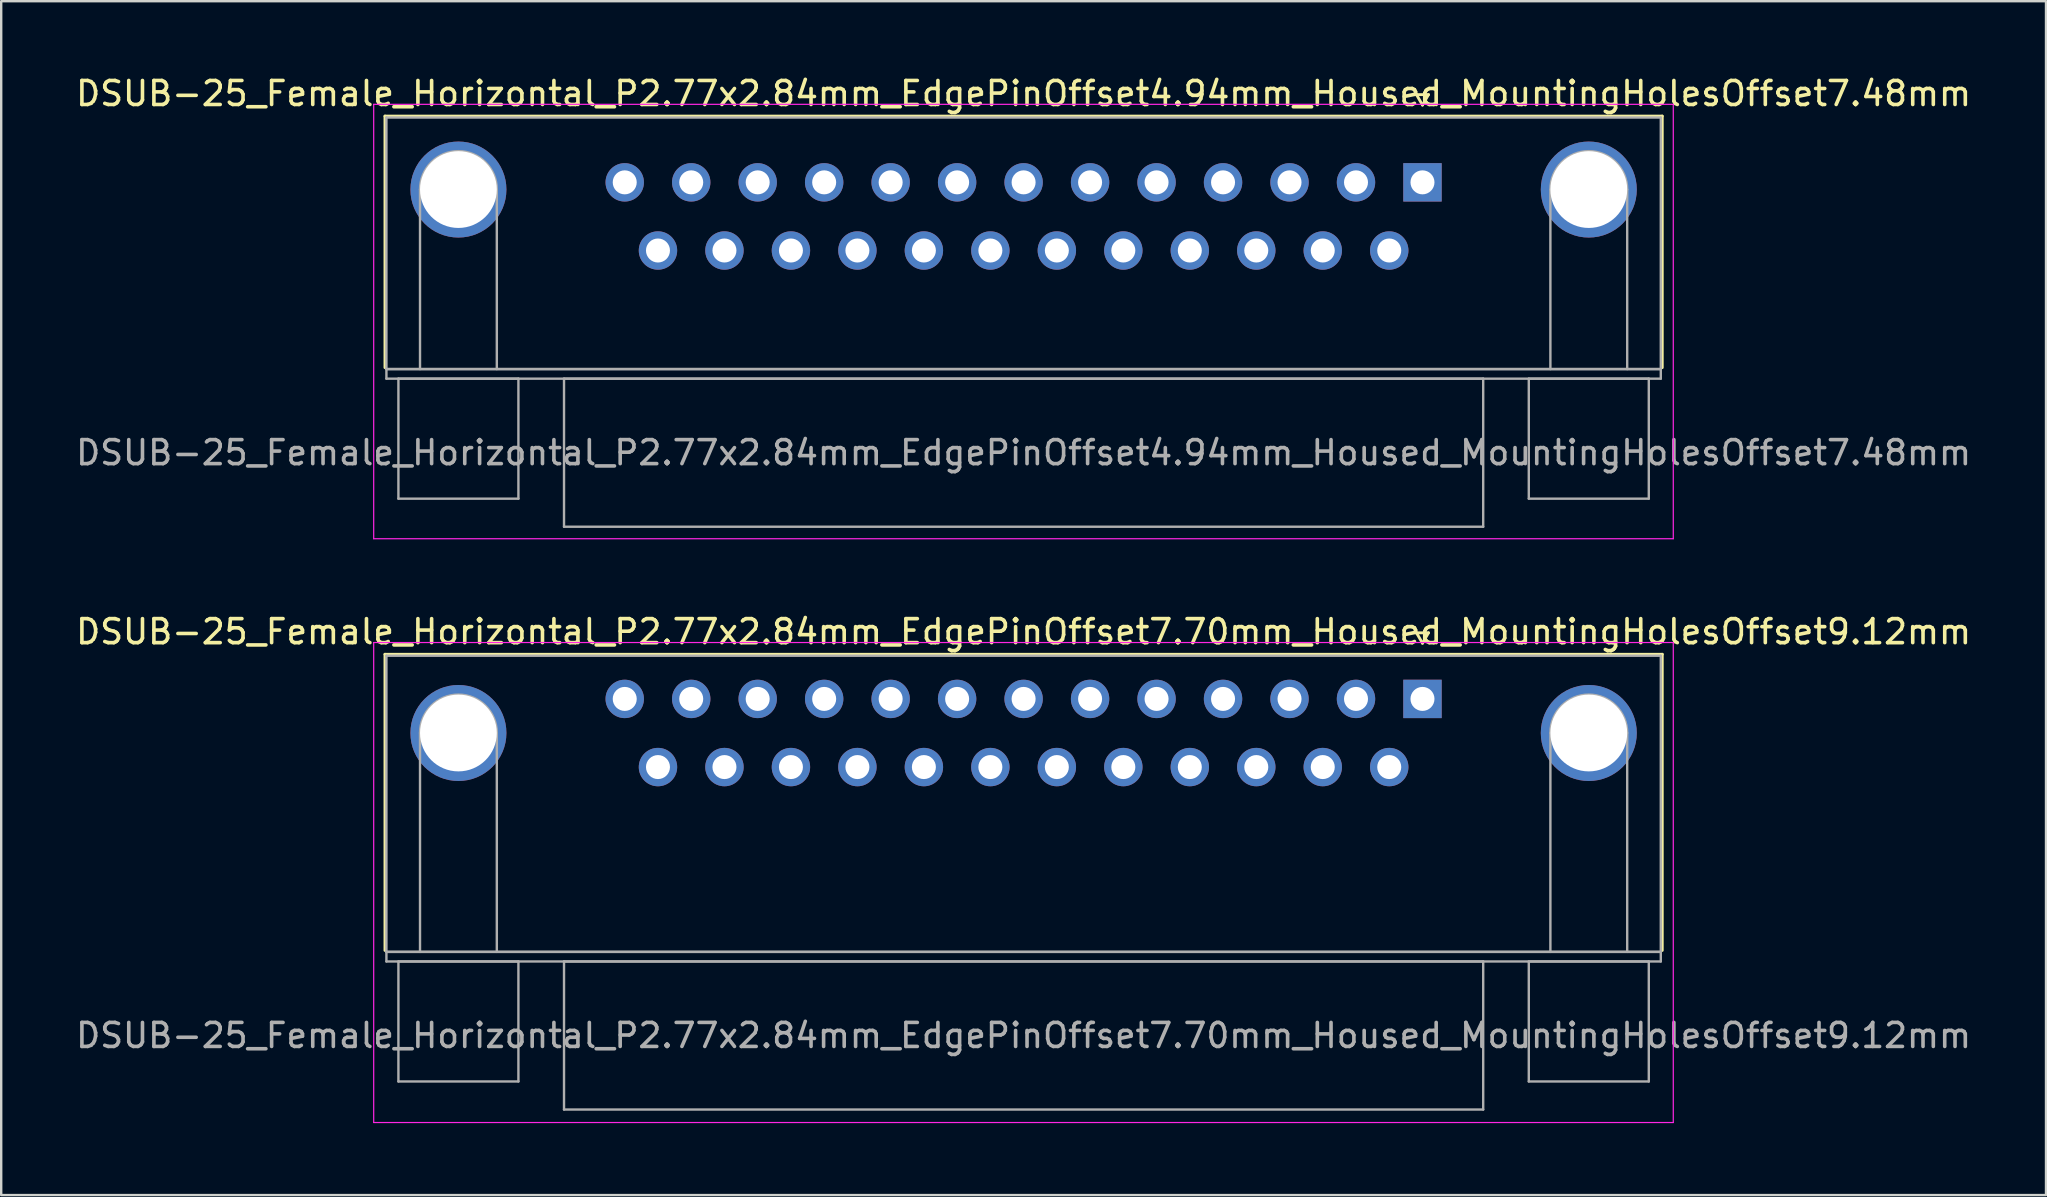
<source format=kicad_pcb>
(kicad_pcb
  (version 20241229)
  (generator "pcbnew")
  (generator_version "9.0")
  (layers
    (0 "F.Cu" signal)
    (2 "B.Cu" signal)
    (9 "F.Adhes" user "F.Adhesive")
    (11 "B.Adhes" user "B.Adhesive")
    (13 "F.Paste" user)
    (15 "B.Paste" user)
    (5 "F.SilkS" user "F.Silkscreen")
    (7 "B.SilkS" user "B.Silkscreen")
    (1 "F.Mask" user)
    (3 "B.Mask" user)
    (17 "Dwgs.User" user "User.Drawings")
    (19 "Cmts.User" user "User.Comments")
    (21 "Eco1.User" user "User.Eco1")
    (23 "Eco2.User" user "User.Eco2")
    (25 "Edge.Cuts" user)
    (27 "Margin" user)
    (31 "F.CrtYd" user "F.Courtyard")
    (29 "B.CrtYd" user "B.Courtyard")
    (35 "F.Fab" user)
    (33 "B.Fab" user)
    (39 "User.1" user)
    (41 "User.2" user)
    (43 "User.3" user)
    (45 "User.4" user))
  (footprint "DSUB-25_Female_Horizontal_P2.77x2.84mm_EdgePinOffset7.70mm_Housed_MountingHolesOffset9.12mm"
    (layer "F.Cu")
    (at 56.221 26.072)
    (property "Reference" "DSUB-25_Female_Horizontal_P2.77x2.84mm_EdgePinOffset7.70mm_Housed_MountingHolesOffset9.12mm" (at -16.62 -2.8 0) (layer "F.SilkS") (effects (font (size 1 1) (thickness 0.15))))
    (attr through_hole)
    (fp_line (start -43.23 -1.86) (end 9.99 -1.86) (stroke (width 0.12) (type solid)) (layer "F.SilkS"))
    (fp_line (start -43.23 10.48) (end -43.23 -1.86) (stroke (width 0.12) (type solid)) (layer "F.SilkS"))
    (fp_line (start -0.25 -2.754) (end 0.25 -2.754) (stroke (width 0.12) (type solid)) (layer "F.SilkS"))
    (fp_line (start 0 -2.321) (end -0.25 -2.754) (stroke (width 0.12) (type solid)) (layer "F.SilkS"))
    (fp_line (start 0.25 -2.754) (end 0 -2.321) (stroke (width 0.12) (type solid)) (layer "F.SilkS"))
    (fp_line (start 9.99 -1.86) (end 9.99 10.48) (stroke (width 0.12) (type solid)) (layer "F.SilkS"))
    (fp_line (start -43.7 -2.35) (end -43.7 17.65) (stroke (width 0.05) (type solid)) (layer "F.CrtYd"))
    (fp_line (start -43.7 17.65) (end 10.45 17.65) (stroke (width 0.05) (type solid)) (layer "F.CrtYd"))
    (fp_line (start 10.45 -2.35) (end -43.7 -2.35) (stroke (width 0.05) (type solid)) (layer "F.CrtYd"))
    (fp_line (start 10.45 17.65) (end 10.45 -2.35) (stroke (width 0.05) (type solid)) (layer "F.CrtYd"))
    (fp_line (start -43.17 -1.8) (end -43.17 10.54) (stroke (width 0.1) (type solid)) (layer "F.Fab"))
    (fp_line (start -43.17 10.54) (end -43.17 10.94) (stroke (width 0.1) (type solid)) (layer "F.Fab"))
    (fp_line (start -43.17 10.54) (end 9.93 10.54) (stroke (width 0.1) (type solid)) (layer "F.Fab"))
    (fp_line (start -43.17 10.94) (end 9.93 10.94) (stroke (width 0.1) (type solid)) (layer "F.Fab"))
    (fp_line (start -42.67 10.94) (end -42.67 15.94) (stroke (width 0.1) (type solid)) (layer "F.Fab"))
    (fp_line (start -42.67 15.94) (end -37.67 15.94) (stroke (width 0.1) (type solid)) (layer "F.Fab"))
    (fp_line (start -41.77 10.54) (end -41.77 1.42) (stroke (width 0.1) (type solid)) (layer "F.Fab"))
    (fp_line (start -38.57 10.54) (end -38.57 1.42) (stroke (width 0.1) (type solid)) (layer "F.Fab"))
    (fp_line (start -37.67 10.94) (end -42.67 10.94) (stroke (width 0.1) (type solid)) (layer "F.Fab"))
    (fp_line (start -37.67 15.94) (end -37.67 10.94) (stroke (width 0.1) (type solid)) (layer "F.Fab"))
    (fp_line (start -35.77 10.94) (end -35.77 17.11) (stroke (width 0.1) (type solid)) (layer "F.Fab"))
    (fp_line (start -35.77 17.11) (end 2.53 17.11) (stroke (width 0.1) (type solid)) (layer "F.Fab"))
    (fp_line (start 2.53 10.94) (end -35.77 10.94) (stroke (width 0.1) (type solid)) (layer "F.Fab"))
    (fp_line (start 2.53 17.11) (end 2.53 10.94) (stroke (width 0.1) (type solid)) (layer "F.Fab"))
    (fp_line (start 4.43 10.94) (end 4.43 15.94) (stroke (width 0.1) (type solid)) (layer "F.Fab"))
    (fp_line (start 4.43 15.94) (end 9.43 15.94) (stroke (width 0.1) (type solid)) (layer "F.Fab"))
    (fp_line (start 5.33 10.54) (end 5.33 1.42) (stroke (width 0.1) (type solid)) (layer "F.Fab"))
    (fp_line (start 8.53 10.54) (end 8.53 1.42) (stroke (width 0.1) (type solid)) (layer "F.Fab"))
    (fp_line (start 9.43 10.94) (end 4.43 10.94) (stroke (width 0.1) (type solid)) (layer "F.Fab"))
    (fp_line (start 9.43 15.94) (end 9.43 10.94) (stroke (width 0.1) (type solid)) (layer "F.Fab"))
    (fp_line (start 9.93 -1.8) (end -43.17 -1.8) (stroke (width 0.1) (type solid)) (layer "F.Fab"))
    (fp_line (start 9.93 10.54) (end -43.17 10.54) (stroke (width 0.1) (type solid)) (layer "F.Fab"))
    (fp_line (start 9.93 10.54) (end 9.93 -1.8) (stroke (width 0.1) (type solid)) (layer "F.Fab"))
    (fp_line (start 9.93 10.94) (end 9.93 10.54) (stroke (width 0.1) (type solid)) (layer "F.Fab"))
    (fp_arc (start -41.77 1.42) (mid -40.17 -0.18) (end -38.57 1.42) (stroke (width 0.1) (type solid)) (layer "F.Fab"))
    (fp_arc (start 5.33 1.42) (mid 6.93 -0.18) (end 8.53 1.42) (stroke (width 0.1) (type solid)) (layer "F.Fab"))
    (fp_text user "${REFERENCE}" (at -16.62 14.025 0) (layer "F.Fab") (effects (font (size 1 1) (thickness 0.15))))
    (pad "0" thru_hole circle (at -40.17 1.42) (size 4 4) (drill 3.2) (layers "*.Cu" "*.Mask"))
    (pad "0" thru_hole circle (at 6.93 1.42) (size 4 4) (drill 3.2) (layers "*.Cu" "*.Mask"))
    (pad "1" thru_hole rect (at 0 0) (size 1.6 1.6) (drill 1) (layers "*.Cu" "*.Mask"))
    (pad "2" thru_hole circle (at -2.77 0) (size 1.6 1.6) (drill 1) (layers "*.Cu" "*.Mask"))
    (pad "3" thru_hole circle (at -5.54 0) (size 1.6 1.6) (drill 1) (layers "*.Cu" "*.Mask"))
    (pad "4" thru_hole circle (at -8.31 0) (size 1.6 1.6) (drill 1) (layers "*.Cu" "*.Mask"))
    (pad "5" thru_hole circle (at -11.08 0) (size 1.6 1.6) (drill 1) (layers "*.Cu" "*.Mask"))
    (pad "6" thru_hole circle (at -13.85 0) (size 1.6 1.6) (drill 1) (layers "*.Cu" "*.Mask"))
    (pad "7" thru_hole circle (at -16.62 0) (size 1.6 1.6) (drill 1) (layers "*.Cu" "*.Mask"))
    (pad "8" thru_hole circle (at -19.39 0) (size 1.6 1.6) (drill 1) (layers "*.Cu" "*.Mask"))
    (pad "9" thru_hole circle (at -22.16 0) (size 1.6 1.6) (drill 1) (layers "*.Cu" "*.Mask"))
    (pad "10" thru_hole circle (at -24.93 0) (size 1.6 1.6) (drill 1) (layers "*.Cu" "*.Mask"))
    (pad "11" thru_hole circle (at -27.7 0) (size 1.6 1.6) (drill 1) (layers "*.Cu" "*.Mask"))
    (pad "12" thru_hole circle (at -30.47 0) (size 1.6 1.6) (drill 1) (layers "*.Cu" "*.Mask"))
    (pad "13" thru_hole circle (at -33.24 0) (size 1.6 1.6) (drill 1) (layers "*.Cu" "*.Mask"))
    (pad "14" thru_hole circle (at -1.385 2.84) (size 1.6 1.6) (drill 1) (layers "*.Cu" "*.Mask"))
    (pad "15" thru_hole circle (at -4.155 2.84) (size 1.6 1.6) (drill 1) (layers "*.Cu" "*.Mask"))
    (pad "16" thru_hole circle (at -6.925 2.84) (size 1.6 1.6) (drill 1) (layers "*.Cu" "*.Mask"))
    (pad "17" thru_hole circle (at -9.695 2.84) (size 1.6 1.6) (drill 1) (layers "*.Cu" "*.Mask"))
    (pad "18" thru_hole circle (at -12.465 2.84) (size 1.6 1.6) (drill 1) (layers "*.Cu" "*.Mask"))
    (pad "19" thru_hole circle (at -15.235 2.84) (size 1.6 1.6) (drill 1) (layers "*.Cu" "*.Mask"))
    (pad "20" thru_hole circle (at -18.005 2.84) (size 1.6 1.6) (drill 1) (layers "*.Cu" "*.Mask"))
    (pad "21" thru_hole circle (at -20.775 2.84) (size 1.6 1.6) (drill 1) (layers "*.Cu" "*.Mask"))
    (pad "22" thru_hole circle (at -23.545 2.84) (size 1.6 1.6) (drill 1) (layers "*.Cu" "*.Mask"))
    (pad "23" thru_hole circle (at -26.315 2.84) (size 1.6 1.6) (drill 1) (layers "*.Cu" "*.Mask"))
    (pad "24" thru_hole circle (at -29.085 2.84) (size 1.6 1.6) (drill 1) (layers "*.Cu" "*.Mask"))
    (pad "25" thru_hole circle (at -31.855 2.84) (size 1.6 1.6) (drill 1) (layers "*.Cu" "*.Mask")))
  (footprint "DSUB-25_Female_Horizontal_P2.77x2.84mm_EdgePinOffset4.94mm_Housed_MountingHolesOffset7.48mm"
    (layer "F.Cu")
    (at 56.221 4.548)
    (property "Reference" "DSUB-25_Female_Horizontal_P2.77x2.84mm_EdgePinOffset4.94mm_Housed_MountingHolesOffset7.48mm" (at -16.62 -3.7 0) (layer "F.SilkS") (effects (font (size 1 1) (thickness 0.15))))
    (attr through_hole)
    (fp_line (start -43.23 -2.76) (end 9.99 -2.76) (stroke (width 0.12) (type solid)) (layer "F.SilkS"))
    (fp_line (start -43.23 7.72) (end -43.23 -2.76) (stroke (width 0.12) (type solid)) (layer "F.SilkS"))
    (fp_line (start -0.25 -3.654) (end 0.25 -3.654) (stroke (width 0.12) (type solid)) (layer "F.SilkS"))
    (fp_line (start 0 -3.221) (end -0.25 -3.654) (stroke (width 0.12) (type solid)) (layer "F.SilkS"))
    (fp_line (start 0.25 -3.654) (end 0 -3.221) (stroke (width 0.12) (type solid)) (layer "F.SilkS"))
    (fp_line (start 9.99 -2.76) (end 9.99 7.72) (stroke (width 0.12) (type solid)) (layer "F.SilkS"))
    (fp_line (start -43.7 -3.25) (end -43.7 14.85) (stroke (width 0.05) (type solid)) (layer "F.CrtYd"))
    (fp_line (start -43.7 14.85) (end 10.45 14.85) (stroke (width 0.05) (type solid)) (layer "F.CrtYd"))
    (fp_line (start 10.45 -3.25) (end -43.7 -3.25) (stroke (width 0.05) (type solid)) (layer "F.CrtYd"))
    (fp_line (start 10.45 14.85) (end 10.45 -3.25) (stroke (width 0.05) (type solid)) (layer "F.CrtYd"))
    (fp_line (start -43.17 -2.7) (end -43.17 7.78) (stroke (width 0.1) (type solid)) (layer "F.Fab"))
    (fp_line (start -43.17 7.78) (end -43.17 8.18) (stroke (width 0.1) (type solid)) (layer "F.Fab"))
    (fp_line (start -43.17 7.78) (end 9.93 7.78) (stroke (width 0.1) (type solid)) (layer "F.Fab"))
    (fp_line (start -43.17 8.18) (end 9.93 8.18) (stroke (width 0.1) (type solid)) (layer "F.Fab"))
    (fp_line (start -42.67 8.18) (end -42.67 13.18) (stroke (width 0.1) (type solid)) (layer "F.Fab"))
    (fp_line (start -42.67 13.18) (end -37.67 13.18) (stroke (width 0.1) (type solid)) (layer "F.Fab"))
    (fp_line (start -41.77 7.78) (end -41.77 0.3) (stroke (width 0.1) (type solid)) (layer "F.Fab"))
    (fp_line (start -38.57 7.78) (end -38.57 0.3) (stroke (width 0.1) (type solid)) (layer "F.Fab"))
    (fp_line (start -37.67 8.18) (end -42.67 8.18) (stroke (width 0.1) (type solid)) (layer "F.Fab"))
    (fp_line (start -37.67 13.18) (end -37.67 8.18) (stroke (width 0.1) (type solid)) (layer "F.Fab"))
    (fp_line (start -35.77 8.18) (end -35.77 14.35) (stroke (width 0.1) (type solid)) (layer "F.Fab"))
    (fp_line (start -35.77 14.35) (end 2.53 14.35) (stroke (width 0.1) (type solid)) (layer "F.Fab"))
    (fp_line (start 2.53 8.18) (end -35.77 8.18) (stroke (width 0.1) (type solid)) (layer "F.Fab"))
    (fp_line (start 2.53 14.35) (end 2.53 8.18) (stroke (width 0.1) (type solid)) (layer "F.Fab"))
    (fp_line (start 4.43 8.18) (end 4.43 13.18) (stroke (width 0.1) (type solid)) (layer "F.Fab"))
    (fp_line (start 4.43 13.18) (end 9.43 13.18) (stroke (width 0.1) (type solid)) (layer "F.Fab"))
    (fp_line (start 5.33 7.78) (end 5.33 0.3) (stroke (width 0.1) (type solid)) (layer "F.Fab"))
    (fp_line (start 8.53 7.78) (end 8.53 0.3) (stroke (width 0.1) (type solid)) (layer "F.Fab"))
    (fp_line (start 9.43 8.18) (end 4.43 8.18) (stroke (width 0.1) (type solid)) (layer "F.Fab"))
    (fp_line (start 9.43 13.18) (end 9.43 8.18) (stroke (width 0.1) (type solid)) (layer "F.Fab"))
    (fp_line (start 9.93 -2.7) (end -43.17 -2.7) (stroke (width 0.1) (type solid)) (layer "F.Fab"))
    (fp_line (start 9.93 7.78) (end -43.17 7.78) (stroke (width 0.1) (type solid)) (layer "F.Fab"))
    (fp_line (start 9.93 7.78) (end 9.93 -2.7) (stroke (width 0.1) (type solid)) (layer "F.Fab"))
    (fp_line (start 9.93 8.18) (end 9.93 7.78) (stroke (width 0.1) (type solid)) (layer "F.Fab"))
    (fp_arc (start -41.77 0.3) (mid -40.17 -1.3) (end -38.57 0.3) (stroke (width 0.1) (type solid)) (layer "F.Fab"))
    (fp_arc (start 5.33 0.3) (mid 6.93 -1.3) (end 8.53 0.3) (stroke (width 0.1) (type solid)) (layer "F.Fab"))
    (fp_text user "${REFERENCE}" (at -16.62 11.265 0) (layer "F.Fab") (effects (font (size 1 1) (thickness 0.15))))
    (pad "0" thru_hole circle (at -40.17 0.3) (size 4 4) (drill 3.2) (layers "*.Cu" "*.Mask"))
    (pad "0" thru_hole circle (at 6.93 0.3) (size 4 4) (drill 3.2) (layers "*.Cu" "*.Mask"))
    (pad "1" thru_hole rect (at 0 0) (size 1.6 1.6) (drill 1) (layers "*.Cu" "*.Mask"))
    (pad "2" thru_hole circle (at -2.77 0) (size 1.6 1.6) (drill 1) (layers "*.Cu" "*.Mask"))
    (pad "3" thru_hole circle (at -5.54 0) (size 1.6 1.6) (drill 1) (layers "*.Cu" "*.Mask"))
    (pad "4" thru_hole circle (at -8.31 0) (size 1.6 1.6) (drill 1) (layers "*.Cu" "*.Mask"))
    (pad "5" thru_hole circle (at -11.08 0) (size 1.6 1.6) (drill 1) (layers "*.Cu" "*.Mask"))
    (pad "6" thru_hole circle (at -13.85 0) (size 1.6 1.6) (drill 1) (layers "*.Cu" "*.Mask"))
    (pad "7" thru_hole circle (at -16.62 0) (size 1.6 1.6) (drill 1) (layers "*.Cu" "*.Mask"))
    (pad "8" thru_hole circle (at -19.39 0) (size 1.6 1.6) (drill 1) (layers "*.Cu" "*.Mask"))
    (pad "9" thru_hole circle (at -22.16 0) (size 1.6 1.6) (drill 1) (layers "*.Cu" "*.Mask"))
    (pad "10" thru_hole circle (at -24.93 0) (size 1.6 1.6) (drill 1) (layers "*.Cu" "*.Mask"))
    (pad "11" thru_hole circle (at -27.7 0) (size 1.6 1.6) (drill 1) (layers "*.Cu" "*.Mask"))
    (pad "12" thru_hole circle (at -30.47 0) (size 1.6 1.6) (drill 1) (layers "*.Cu" "*.Mask"))
    (pad "13" thru_hole circle (at -33.24 0) (size 1.6 1.6) (drill 1) (layers "*.Cu" "*.Mask"))
    (pad "14" thru_hole circle (at -1.385 2.84) (size 1.6 1.6) (drill 1) (layers "*.Cu" "*.Mask"))
    (pad "15" thru_hole circle (at -4.155 2.84) (size 1.6 1.6) (drill 1) (layers "*.Cu" "*.Mask"))
    (pad "16" thru_hole circle (at -6.925 2.84) (size 1.6 1.6) (drill 1) (layers "*.Cu" "*.Mask"))
    (pad "17" thru_hole circle (at -9.695 2.84) (size 1.6 1.6) (drill 1) (layers "*.Cu" "*.Mask"))
    (pad "18" thru_hole circle (at -12.465 2.84) (size 1.6 1.6) (drill 1) (layers "*.Cu" "*.Mask"))
    (pad "19" thru_hole circle (at -15.235 2.84) (size 1.6 1.6) (drill 1) (layers "*.Cu" "*.Mask"))
    (pad "20" thru_hole circle (at -18.005 2.84) (size 1.6 1.6) (drill 1) (layers "*.Cu" "*.Mask"))
    (pad "21" thru_hole circle (at -20.775 2.84) (size 1.6 1.6) (drill 1) (layers "*.Cu" "*.Mask"))
    (pad "22" thru_hole circle (at -23.545 2.84) (size 1.6 1.6) (drill 1) (layers "*.Cu" "*.Mask"))
    (pad "23" thru_hole circle (at -26.315 2.84) (size 1.6 1.6) (drill 1) (layers "*.Cu" "*.Mask"))
    (pad "24" thru_hole circle (at -29.085 2.84) (size 1.6 1.6) (drill 1) (layers "*.Cu" "*.Mask"))
    (pad "25" thru_hole circle (at -31.855 2.84) (size 1.6 1.6) (drill 1) (layers "*.Cu" "*.Mask")))
  (gr_rect
    (start -3 -3)
    (end 82.202 46.746)
    (stroke (width 0.1) (type default))
    (fill no)
    (layer "Edge.Cuts")))
</source>
